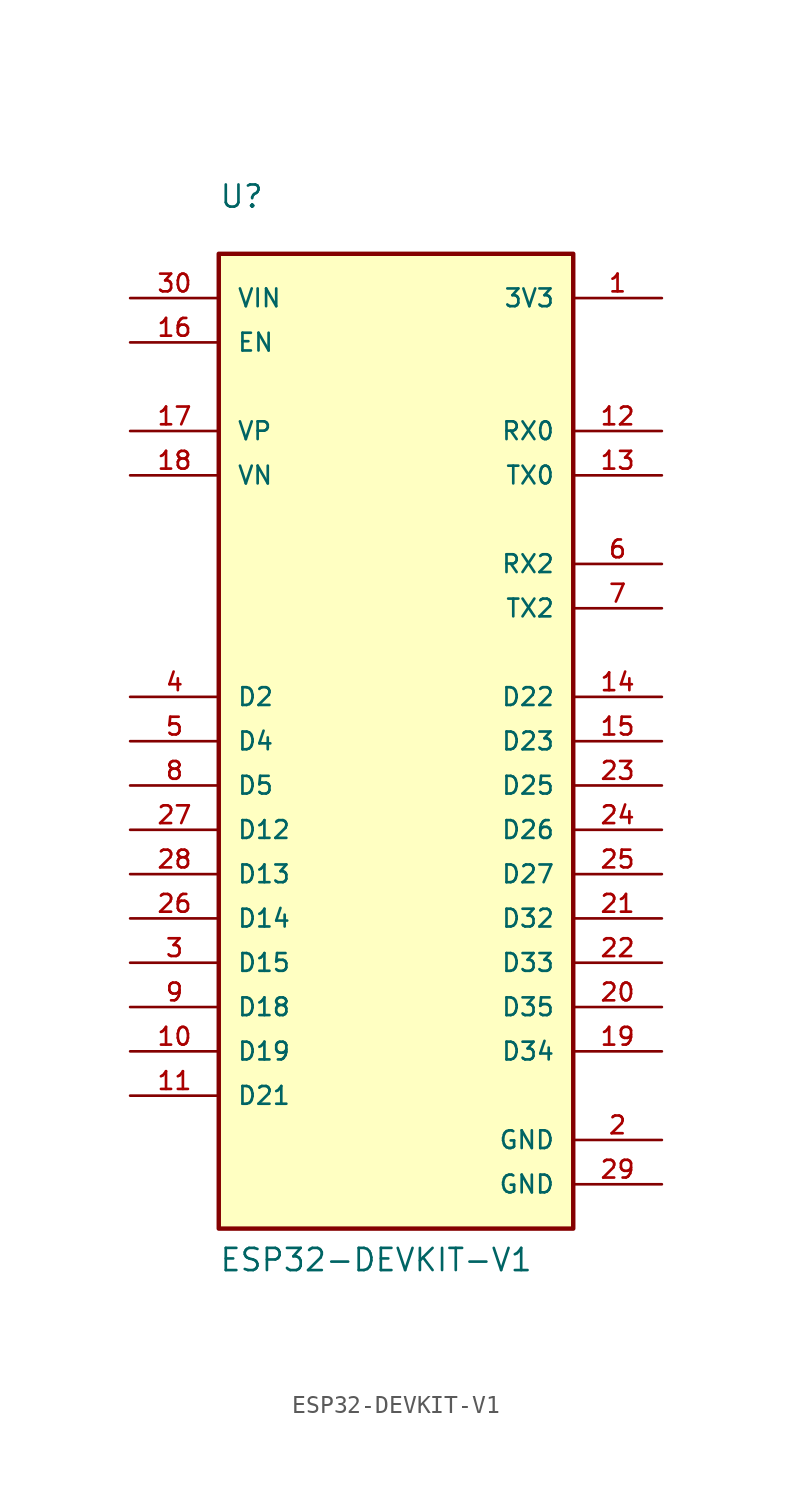
<source format=kicad_sym>
(kicad_symbol_lib
  (version 20211014)
  (generator kicad_symbol_editor)
  (symbol "ESP32-DEVKIT-V1"
    (pin_names
      (offset 1.016))
    (property "Reference" "U"
      (at -10.16 30.48 0)
      (effects (font (size 1.27 1.27)) (justify left bottom)))
    (property "Value" "ESP32-DEVKIT-V1"
      (at -10.16 -30.48 0)
      (effects (font (size 1.27 1.27)) (justify left bottom)))
    (property "ki_locked" ""
      (at 0 0 0)
      (effects (font (size 1.27 1.27))))
    (symbol "ESP32-DEVKIT-V1_0_0"
      (rectangle (start -10.16 -27.94) (end 10.16 27.94) (stroke (width 0.254) (type default) (color 0 0 0 0)) (fill (type background)))
      (pin output line (at 15.24 25.4 180) (length 5.08) (name "3V3" (effects (font (size 1.016 1.016)))) (number "1" (effects (font (size 1.016 1.016)))))
      (pin bidirectional line (at -15.24 -17.78 0) (length 5.08) (name "D19" (effects (font (size 1.016 1.016)))) (number "10" (effects (font (size 1.016 1.016)))))
      (pin bidirectional line (at -15.24 -20.32 0) (length 5.08) (name "D21" (effects (font (size 1.016 1.016)))) (number "11" (effects (font (size 1.016 1.016)))))
      (pin input line (at 15.24 17.78 180) (length 5.08) (name "RX0" (effects (font (size 1.016 1.016)))) (number "12" (effects (font (size 1.016 1.016)))))
      (pin output line (at 15.24 15.24 180) (length 5.08) (name "TX0" (effects (font (size 1.016 1.016)))) (number "13" (effects (font (size 1.016 1.016)))))
      (pin bidirectional line (at 15.24 2.54 180) (length 5.08) (name "D22" (effects (font (size 1.016 1.016)))) (number "14" (effects (font (size 1.016 1.016)))))
      (pin bidirectional line (at 15.24 0 180) (length 5.08) (name "D23" (effects (font (size 1.016 1.016)))) (number "15" (effects (font (size 1.016 1.016)))))
      (pin input line (at -15.24 22.86 0) (length 5.08) (name "EN" (effects (font (size 1.016 1.016)))) (number "16" (effects (font (size 1.016 1.016)))))
      (pin bidirectional line (at -15.24 17.78 0) (length 5.08) (name "VP" (effects (font (size 1.016 1.016)))) (number "17" (effects (font (size 1.016 1.016)))))
      (pin bidirectional line (at -15.24 15.24 0) (length 5.08) (name "VN" (effects (font (size 1.016 1.016)))) (number "18" (effects (font (size 1.016 1.016)))))
      (pin bidirectional line (at 15.24 -17.78 180) (length 5.08) (name "D34" (effects (font (size 1.016 1.016)))) (number "19" (effects (font (size 1.016 1.016)))))
      (pin power_in line (at 15.24 -22.86 180) (length 5.08) (name "GND" (effects (font (size 1.016 1.016)))) (number "2" (effects (font (size 1.016 1.016)))))
      (pin bidirectional line (at 15.24 -15.24 180) (length 5.08) (name "D35" (effects (font (size 1.016 1.016)))) (number "20" (effects (font (size 1.016 1.016)))))
      (pin bidirectional line (at 15.24 -10.16 180) (length 5.08) (name "D32" (effects (font (size 1.016 1.016)))) (number "21" (effects (font (size 1.016 1.016)))))
      (pin bidirectional line (at 15.24 -12.7 180) (length 5.08) (name "D33" (effects (font (size 1.016 1.016)))) (number "22" (effects (font (size 1.016 1.016)))))
      (pin bidirectional line (at 15.24 -2.54 180) (length 5.08) (name "D25" (effects (font (size 1.016 1.016)))) (number "23" (effects (font (size 1.016 1.016)))))
      (pin bidirectional line (at 15.24 -5.08 180) (length 5.08) (name "D26" (effects (font (size 1.016 1.016)))) (number "24" (effects (font (size 1.016 1.016)))))
      (pin bidirectional line (at 15.24 -7.62 180) (length 5.08) (name "D27" (effects (font (size 1.016 1.016)))) (number "25" (effects (font (size 1.016 1.016)))))
      (pin bidirectional line (at -15.24 -10.16 0) (length 5.08) (name "D14" (effects (font (size 1.016 1.016)))) (number "26" (effects (font (size 1.016 1.016)))))
      (pin bidirectional line (at -15.24 -5.08 0) (length 5.08) (name "D12" (effects (font (size 1.016 1.016)))) (number "27" (effects (font (size 1.016 1.016)))))
      (pin bidirectional line (at -15.24 -7.62 0) (length 5.08) (name "D13" (effects (font (size 1.016 1.016)))) (number "28" (effects (font (size 1.016 1.016)))))
      (pin power_in line (at 15.24 -25.4 180) (length 5.08) (name "GND" (effects (font (size 1.016 1.016)))) (number "29" (effects (font (size 1.016 1.016)))))
      (pin bidirectional line (at -15.24 -12.7 0) (length 5.08) (name "D15" (effects (font (size 1.016 1.016)))) (number "3" (effects (font (size 1.016 1.016)))))
      (pin input line (at -15.24 25.4 0) (length 5.08) (name "VIN" (effects (font (size 1.016 1.016)))) (number "30" (effects (font (size 1.016 1.016)))))
      (pin bidirectional line (at -15.24 2.54 0) (length 5.08) (name "D2" (effects (font (size 1.016 1.016)))) (number "4" (effects (font (size 1.016 1.016)))))
      (pin bidirectional line (at -15.24 0 0) (length 5.08) (name "D4" (effects (font (size 1.016 1.016)))) (number "5" (effects (font (size 1.016 1.016)))))
      (pin input line (at 15.24 10.16 180) (length 5.08) (name "RX2" (effects (font (size 1.016 1.016)))) (number "6" (effects (font (size 1.016 1.016)))))
      (pin output line (at 15.24 7.62 180) (length 5.08) (name "TX2" (effects (font (size 1.016 1.016)))) (number "7" (effects (font (size 1.016 1.016)))))
      (pin bidirectional line (at -15.24 -2.54 0) (length 5.08) (name "D5" (effects (font (size 1.016 1.016)))) (number "8" (effects (font (size 1.016 1.016)))))
      (pin bidirectional line (at -15.24 -15.24 0) (length 5.08) (name "D18" (effects (font (size 1.016 1.016)))) (number "9" (effects (font (size 1.016 1.016))))))))
</source>
